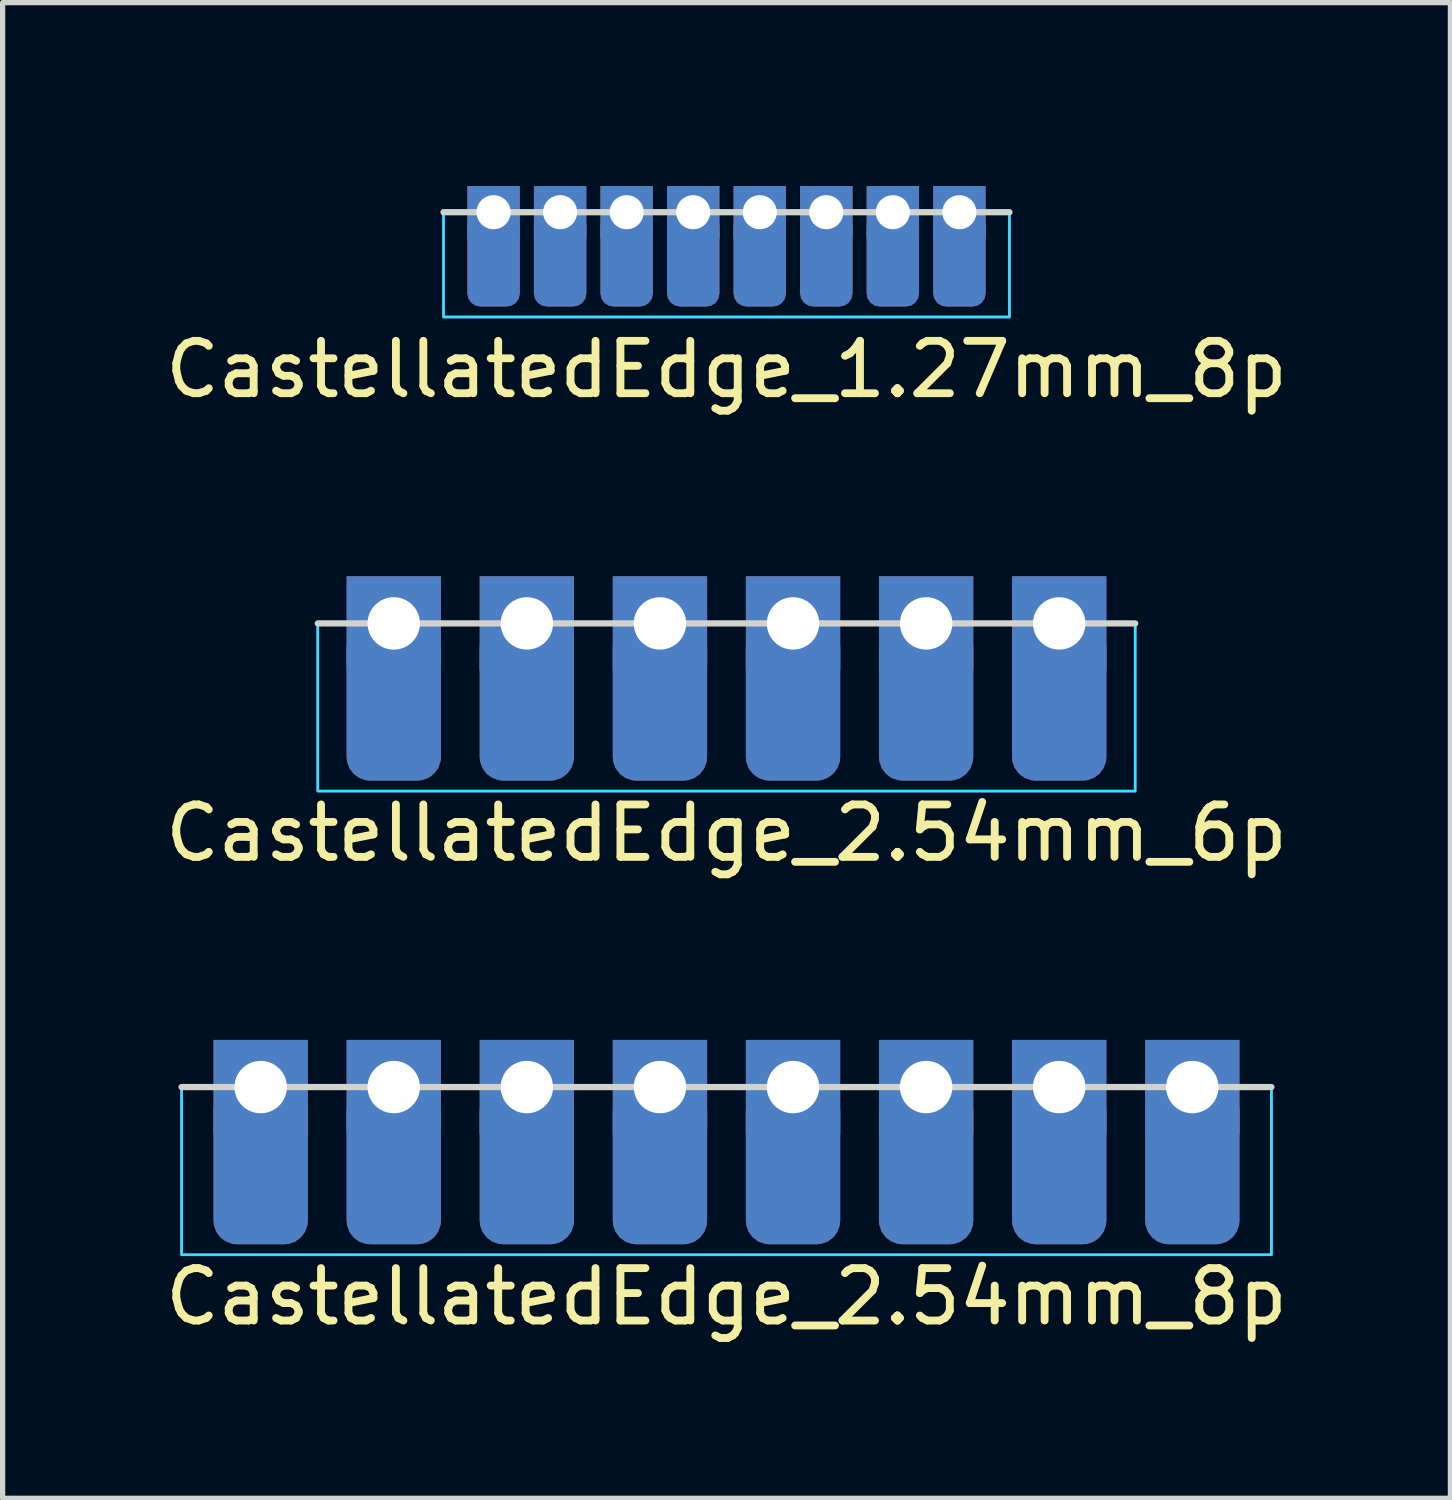
<source format=kicad_pcb>
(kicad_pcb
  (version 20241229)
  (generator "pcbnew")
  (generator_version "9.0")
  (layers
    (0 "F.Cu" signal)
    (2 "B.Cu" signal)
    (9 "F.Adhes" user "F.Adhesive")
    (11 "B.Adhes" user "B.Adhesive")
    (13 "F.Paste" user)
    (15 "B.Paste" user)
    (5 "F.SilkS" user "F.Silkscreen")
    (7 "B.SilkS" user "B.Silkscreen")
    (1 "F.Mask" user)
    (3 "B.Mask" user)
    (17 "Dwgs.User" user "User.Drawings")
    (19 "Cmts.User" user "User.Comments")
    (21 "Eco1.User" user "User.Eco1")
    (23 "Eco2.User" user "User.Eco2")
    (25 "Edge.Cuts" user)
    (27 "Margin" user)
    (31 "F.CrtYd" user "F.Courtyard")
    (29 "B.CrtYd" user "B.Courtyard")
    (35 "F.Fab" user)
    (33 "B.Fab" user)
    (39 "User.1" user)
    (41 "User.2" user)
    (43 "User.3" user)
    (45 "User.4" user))
  (footprint "CastellatedEdge_2.54mm_8p"
    (layer "F.Cu")
    (at 10.815 17.697)
    (property "Reference" "CastellatedEdge_2.54mm_8p" (at 0 4 0) (unlocked yes) (layer "F.SilkS") (effects (font (size 1 1) (thickness 0.15))))
    (attr through_hole)
    (fp_line (start 10.4 0) (end -10.4 0) (stroke (width 0.12) (type solid)) (layer "Edge.Cuts"))
    (fp_rect (start 10.4 0) (end -10.4 3.2) (stroke (width 0.05) (type solid)) (fill no) (layer "B.CrtYd"))
    (fp_rect (start 10.4 0) (end -10.4 3.2) (stroke (width 0.05) (type solid)) (fill no) (layer "F.CrtYd"))
    (pad "1" thru_hole rect (at -8.89 0) (size 1.8 1.8) (drill 1) (layers "*.Cu" "*.Mask"))
    (pad "1" smd roundrect (at -8.89 1.5) (size 1.8 3) (layers "F.Cu" "F.Mask" "F.Paste") (roundrect_rratio 0.25))
    (pad "1" smd roundrect (at -8.89 1.5) (size 1.8 3) (layers "B.Cu" "B.Mask" "B.Paste") (roundrect_rratio 0.25))
    (pad "2" thru_hole rect (at -6.35 0) (size 1.8 1.8) (drill 1) (layers "*.Cu" "*.Mask"))
    (pad "2" smd roundrect (at -6.35 1.5) (size 1.8 3) (layers "F.Cu" "F.Mask" "F.Paste") (roundrect_rratio 0.25))
    (pad "2" smd roundrect (at -6.35 1.5) (size 1.8 3) (layers "B.Cu" "B.Mask" "B.Paste") (roundrect_rratio 0.25))
    (pad "3" thru_hole rect (at -3.81 0) (size 1.8 1.8) (drill 1) (layers "*.Cu" "*.Mask"))
    (pad "3" smd roundrect (at -3.81 1.5) (size 1.8 3) (layers "F.Cu" "F.Mask" "F.Paste") (roundrect_rratio 0.25))
    (pad "3" smd roundrect (at -3.81 1.5) (size 1.8 3) (layers "B.Cu" "B.Mask" "B.Paste") (roundrect_rratio 0.25))
    (pad "4" thru_hole rect (at -1.27 0) (size 1.8 1.8) (drill 1) (layers "*.Cu" "*.Mask"))
    (pad "4" smd roundrect (at -1.27 1.5) (size 1.8 3) (layers "F.Cu" "F.Mask" "F.Paste") (roundrect_rratio 0.25))
    (pad "4" smd roundrect (at -1.27 1.5) (size 1.8 3) (layers "B.Cu" "B.Mask" "B.Paste") (roundrect_rratio 0.25))
    (pad "5" thru_hole rect (at 1.27 0) (size 1.8 1.8) (drill 1) (layers "*.Cu" "*.Mask"))
    (pad "5" smd roundrect (at 1.27 1.5) (size 1.8 3) (layers "F.Cu" "F.Mask" "F.Paste") (roundrect_rratio 0.25))
    (pad "5" smd roundrect (at 1.27 1.5) (size 1.8 3) (layers "B.Cu" "B.Mask" "B.Paste") (roundrect_rratio 0.25))
    (pad "6" thru_hole rect (at 3.81 0) (size 1.8 1.8) (drill 1) (layers "*.Cu" "*.Mask"))
    (pad "6" smd roundrect (at 3.81 1.5) (size 1.8 3) (layers "F.Cu" "F.Mask" "F.Paste") (roundrect_rratio 0.25))
    (pad "6" smd roundrect (at 3.81 1.5) (size 1.8 3) (layers "B.Cu" "B.Mask" "B.Paste") (roundrect_rratio 0.25))
    (pad "7" thru_hole rect (at 6.35 0) (size 1.8 1.8) (drill 1) (layers "*.Cu" "*.Mask"))
    (pad "7" smd roundrect (at 6.35 1.5) (size 1.8 3) (layers "F.Cu" "F.Mask" "F.Paste") (roundrect_rratio 0.25))
    (pad "7" smd roundrect (at 6.35 1.5) (size 1.8 3) (layers "B.Cu" "B.Mask" "B.Paste") (roundrect_rratio 0.25))
    (pad "8" thru_hole rect (at 8.89 0) (size 1.8 1.8) (drill 1) (layers "*.Cu" "*.Mask"))
    (pad "8" smd roundrect (at 8.89 1.5) (size 1.8 3) (layers "F.Cu" "F.Mask" "F.Paste") (roundrect_rratio 0.25))
    (pad "8" smd roundrect (at 8.89 1.5) (size 1.8 3) (layers "B.Cu" "B.Mask" "B.Paste") (roundrect_rratio 0.25))
    (zone (net_name "") (layer "F.SilkS") (name "Cut") (hatch edge 0.508) (connect_pads) (min_thickness 0.254) (filled_areas_thickness no) (keepout (tracks not_allowed) (vias not_allowed) (pads not_allowed) (copperpour not_allowed) (footprints not_allowed)) (placement (enabled no)) (fill) (polygon (pts (xy 21.215 17.697) (xy 0.415 17.697) (xy 0.415 16.697) (xy 21.215 16.697)))))
  (footprint "CastellatedEdge_2.54mm_6p"
    (layer "F.Cu")
    (at 10.815 8.848)
    (property "Reference" "CastellatedEdge_2.54mm_6p" (at 0 4 0) (unlocked yes) (layer "F.SilkS") (effects (font (size 1 1) (thickness 0.15))))
    (attr through_hole)
    (fp_line (start 7.8 0) (end -7.8 0) (stroke (width 0.12) (type solid)) (layer "Edge.Cuts"))
    (fp_rect (start 7.8 0) (end -7.8 3.2) (stroke (width 0.05) (type solid)) (fill no) (layer "B.CrtYd"))
    (fp_rect (start 7.8 0) (end -7.8 3.2) (stroke (width 0.05) (type solid)) (fill no) (layer "F.CrtYd"))
    (pad "1" thru_hole rect (at -6.35 0) (size 1.8 1.8) (drill 1) (layers "*.Cu" "*.Mask"))
    (pad "1" smd roundrect (at -6.35 1.5) (size 1.8 3) (layers "F.Cu" "F.Mask" "F.Paste") (roundrect_rratio 0.25))
    (pad "1" smd roundrect (at -6.35 1.5) (size 1.8 3) (layers "B.Cu" "B.Mask" "B.Paste") (roundrect_rratio 0.25))
    (pad "2" thru_hole rect (at -3.81 0) (size 1.8 1.8) (drill 1) (layers "*.Cu" "*.Mask"))
    (pad "2" smd roundrect (at -3.81 1.5) (size 1.8 3) (layers "F.Cu" "F.Mask" "F.Paste") (roundrect_rratio 0.25))
    (pad "2" smd roundrect (at -3.81 1.5) (size 1.8 3) (layers "B.Cu" "B.Mask" "B.Paste") (roundrect_rratio 0.25))
    (pad "3" thru_hole rect (at -1.27 0) (size 1.8 1.8) (drill 1) (layers "*.Cu" "*.Mask"))
    (pad "3" smd roundrect (at -1.27 1.5) (size 1.8 3) (layers "F.Cu" "F.Mask" "F.Paste") (roundrect_rratio 0.25))
    (pad "3" smd roundrect (at -1.27 1.5) (size 1.8 3) (layers "B.Cu" "B.Mask" "B.Paste") (roundrect_rratio 0.25))
    (pad "4" thru_hole rect (at 1.27 0) (size 1.8 1.8) (drill 1) (layers "*.Cu" "*.Mask"))
    (pad "4" smd roundrect (at 1.27 1.5) (size 1.8 3) (layers "F.Cu" "F.Mask" "F.Paste") (roundrect_rratio 0.25))
    (pad "4" smd roundrect (at 1.27 1.5) (size 1.8 3) (layers "B.Cu" "B.Mask" "B.Paste") (roundrect_rratio 0.25))
    (pad "5" thru_hole rect (at 3.81 0) (size 1.8 1.8) (drill 1) (layers "*.Cu" "*.Mask"))
    (pad "5" smd roundrect (at 3.81 1.5) (size 1.8 3) (layers "F.Cu" "F.Mask" "F.Paste") (roundrect_rratio 0.25))
    (pad "5" smd roundrect (at 3.81 1.5) (size 1.8 3) (layers "B.Cu" "B.Mask" "B.Paste") (roundrect_rratio 0.25))
    (pad "6" thru_hole rect (at 6.35 0) (size 1.8 1.8) (drill 1) (layers "*.Cu" "*.Mask"))
    (pad "6" smd roundrect (at 6.35 1.5) (size 1.8 3) (layers "F.Cu" "F.Mask" "F.Paste") (roundrect_rratio 0.25))
    (pad "6" smd roundrect (at 6.35 1.5) (size 1.8 3) (layers "B.Cu" "B.Mask" "B.Paste") (roundrect_rratio 0.25))
    (zone (net_name "") (layer "F.SilkS") (name "Cut") (hatch edge 0.508) (connect_pads) (min_thickness 0.254) (filled_areas_thickness no) (keepout (tracks not_allowed) (vias not_allowed) (pads not_allowed) (copperpour not_allowed) (footprints not_allowed)) (placement (enabled no)) (fill) (polygon (pts (xy 18.615 8.848) (xy 3.015 8.848) (xy 3.015 7.848) (xy 18.615 7.848)))))
  (footprint "CastellatedEdge_1.27mm_8p"
    (layer "F.Cu")
    (at 10.815 1)
    (property "Reference" "CastellatedEdge_1.27mm_8p" (at 0 3 0) (unlocked yes) (layer "F.SilkS") (effects (font (size 1 1) (thickness 0.15))))
    (attr through_hole)
    (fp_line (start 5.4 0) (end -5.4 0) (stroke (width 0.12) (type solid)) (layer "Edge.Cuts"))
    (fp_rect (start 5.4 0) (end -5.4 2) (stroke (width 0.05) (type solid)) (fill no) (layer "B.CrtYd"))
    (fp_rect (start 5.4 0) (end -5.4 2) (stroke (width 0.05) (type solid)) (fill no) (layer "F.CrtYd"))
    (pad "1" thru_hole rect (at -4.445 0) (size 1 1) (drill 0.65) (layers "*.Cu" "*.Mask"))
    (pad "1" smd roundrect (at -4.445 0.9) (size 1 1.8) (layers "F.Cu" "F.Mask" "F.Paste") (roundrect_rratio 0.25))
    (pad "1" smd roundrect (at -4.445 0.9) (size 1 1.8) (layers "B.Cu" "B.Mask" "B.Paste") (roundrect_rratio 0.25))
    (pad "2" thru_hole rect (at -3.175 0) (size 1 1) (drill 0.65) (layers "*.Cu" "*.Mask"))
    (pad "2" smd roundrect (at -3.175 0.9) (size 1 1.8) (layers "F.Cu" "F.Mask" "F.Paste") (roundrect_rratio 0.25))
    (pad "2" smd roundrect (at -3.175 0.9) (size 1 1.8) (layers "B.Cu" "B.Mask" "B.Paste") (roundrect_rratio 0.25))
    (pad "3" thru_hole rect (at -1.905 0) (size 1 1) (drill 0.65) (layers "*.Cu" "*.Mask"))
    (pad "3" smd roundrect (at -1.905 0.9) (size 1 1.8) (layers "F.Cu" "F.Mask" "F.Paste") (roundrect_rratio 0.25))
    (pad "3" smd roundrect (at -1.905 0.9) (size 1 1.8) (layers "B.Cu" "B.Mask" "B.Paste") (roundrect_rratio 0.25))
    (pad "4" thru_hole rect (at -0.635 0) (size 1 1) (drill 0.65) (layers "*.Cu" "*.Mask"))
    (pad "4" smd roundrect (at -0.635 0.9) (size 1 1.8) (layers "F.Cu" "F.Mask" "F.Paste") (roundrect_rratio 0.25))
    (pad "4" smd roundrect (at -0.635 0.9) (size 1 1.8) (layers "B.Cu" "B.Mask" "B.Paste") (roundrect_rratio 0.25))
    (pad "5" thru_hole rect (at 0.635 0) (size 1 1) (drill 0.65) (layers "*.Cu" "*.Mask"))
    (pad "5" smd roundrect (at 0.635 0.9) (size 1 1.8) (layers "F.Cu" "F.Mask" "F.Paste") (roundrect_rratio 0.25))
    (pad "5" smd roundrect (at 0.635 0.9) (size 1 1.8) (layers "B.Cu" "B.Mask" "B.Paste") (roundrect_rratio 0.25))
    (pad "6" thru_hole rect (at 1.905 0) (size 1 1) (drill 0.65) (layers "*.Cu" "*.Mask"))
    (pad "6" smd roundrect (at 1.905 0.9) (size 1 1.8) (layers "F.Cu" "F.Mask" "F.Paste") (roundrect_rratio 0.25))
    (pad "6" smd roundrect (at 1.905 0.9) (size 1 1.8) (layers "B.Cu" "B.Mask" "B.Paste") (roundrect_rratio 0.25))
    (pad "7" thru_hole rect (at 3.175 0) (size 1 1) (drill 0.65) (layers "*.Cu" "*.Mask"))
    (pad "7" smd roundrect (at 3.175 0.9) (size 1 1.8) (layers "F.Cu" "F.Mask" "F.Paste") (roundrect_rratio 0.25))
    (pad "7" smd roundrect (at 3.175 0.9) (size 1 1.8) (layers "B.Cu" "B.Mask" "B.Paste") (roundrect_rratio 0.25))
    (pad "8" thru_hole rect (at 4.445 0) (size 1 1) (drill 0.65) (layers "*.Cu" "*.Mask"))
    (pad "8" smd roundrect (at 4.445 0.9) (size 1 1.8) (layers "F.Cu" "F.Mask" "F.Paste") (roundrect_rratio 0.25))
    (pad "8" smd roundrect (at 4.445 0.9) (size 1 1.8) (layers "B.Cu" "B.Mask" "B.Paste") (roundrect_rratio 0.25))
    (zone (net_name "") (layer "F.SilkS") (name "Cut") (hatch edge 0.508) (connect_pads) (min_thickness 0.254) (filled_areas_thickness no) (keepout (tracks not_allowed) (vias not_allowed) (pads not_allowed) (copperpour not_allowed) (footprints not_allowed)) (placement (enabled no)) (fill) (polygon (pts (xy 16.215 1) (xy 5.415 1) (xy 5.415 0) (xy 16.215 0)))))
  (gr_rect
    (start -3 -3)
    (end 24.631 25.545)
    (stroke (width 0.1) (type default))
    (fill no)
    (layer "Edge.Cuts")))
</source>
